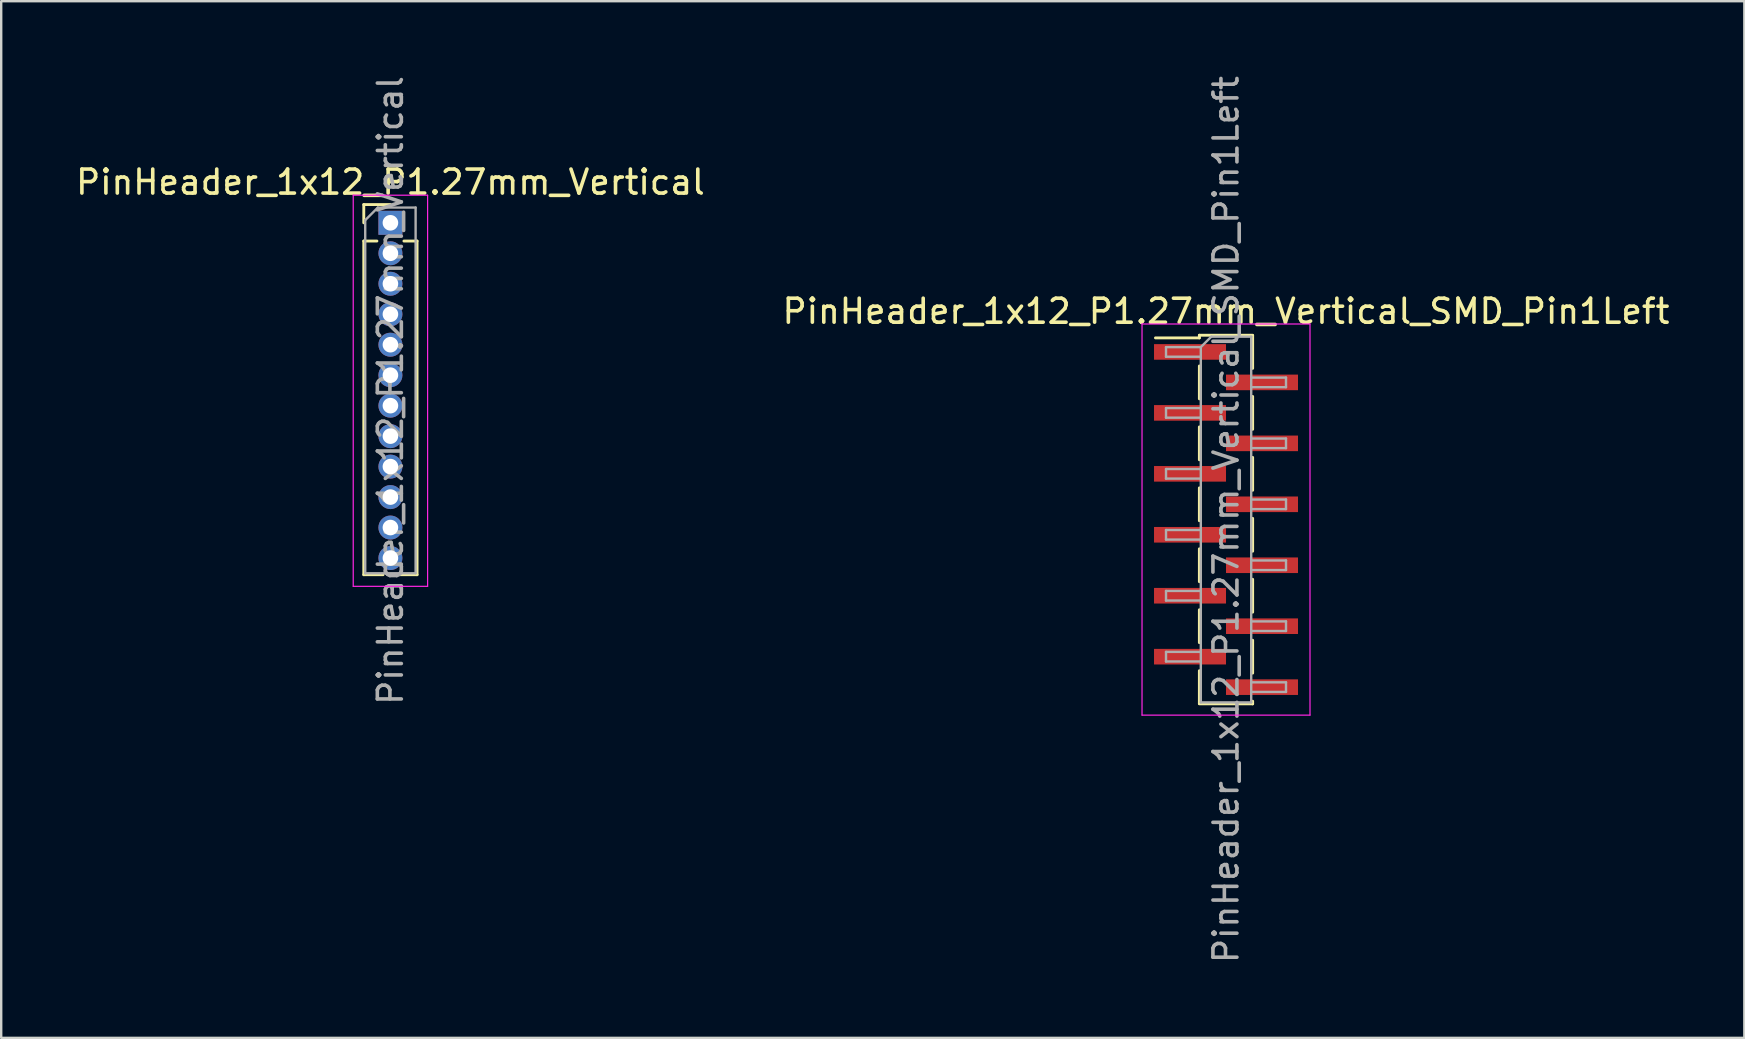
<source format=kicad_pcb>
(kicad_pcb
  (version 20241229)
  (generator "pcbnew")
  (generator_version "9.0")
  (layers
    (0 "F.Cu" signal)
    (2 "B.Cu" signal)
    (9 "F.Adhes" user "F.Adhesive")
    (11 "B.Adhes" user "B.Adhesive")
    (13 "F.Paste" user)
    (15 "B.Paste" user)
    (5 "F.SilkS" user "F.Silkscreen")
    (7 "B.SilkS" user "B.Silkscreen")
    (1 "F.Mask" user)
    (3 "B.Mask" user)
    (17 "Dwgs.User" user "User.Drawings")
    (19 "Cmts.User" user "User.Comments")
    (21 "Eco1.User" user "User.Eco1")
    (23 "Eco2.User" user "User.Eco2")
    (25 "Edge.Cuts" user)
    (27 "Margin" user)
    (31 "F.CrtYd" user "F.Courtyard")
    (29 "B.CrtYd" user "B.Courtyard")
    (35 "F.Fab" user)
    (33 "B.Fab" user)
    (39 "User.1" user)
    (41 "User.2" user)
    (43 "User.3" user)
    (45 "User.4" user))
  (footprint "PinHeader_1x12_P1.27mm_Vertical_SMD_Pin1Left"
    (layer "F.Cu")
    (at 48.042 18.601)
    (property "Reference" "PinHeader_1x12_P1.27mm_Vertical_SMD_Pin1Left" (at 0 -8.68 0) (layer "F.SilkS") (effects (font (size 1 1) (thickness 0.15))))
    (attr smd)
    (fp_line (start -1.11 -7.68) (end -1.11 -7.57) (stroke (width 0.12) (type solid)) (layer "F.SilkS"))
    (fp_line (start -1.11 -7.68) (end 1.11 -7.68) (stroke (width 0.12) (type solid)) (layer "F.SilkS"))
    (fp_line (start -1.11 -7.57) (end -2.94 -7.57) (stroke (width 0.12) (type solid)) (layer "F.SilkS"))
    (fp_line (start -1.11 -6.4) (end -1.11 -5.03) (stroke (width 0.12) (type solid)) (layer "F.SilkS"))
    (fp_line (start -1.11 -3.86) (end -1.11 -2.49) (stroke (width 0.12) (type solid)) (layer "F.SilkS"))
    (fp_line (start -1.11 -1.32) (end -1.11 0.05) (stroke (width 0.12) (type solid)) (layer "F.SilkS"))
    (fp_line (start -1.11 1.22) (end -1.11 2.59) (stroke (width 0.12) (type solid)) (layer "F.SilkS"))
    (fp_line (start -1.11 3.76) (end -1.11 5.13) (stroke (width 0.12) (type solid)) (layer "F.SilkS"))
    (fp_line (start -1.11 6.3) (end -1.11 7.67) (stroke (width 0.12) (type solid)) (layer "F.SilkS"))
    (fp_line (start -1.11 7.68) (end 1.11 7.68) (stroke (width 0.12) (type solid)) (layer "F.SilkS"))
    (fp_line (start 1.11 -7.67) (end 1.11 -6.3) (stroke (width 0.12) (type solid)) (layer "F.SilkS"))
    (fp_line (start 1.11 -5.13) (end 1.11 -3.76) (stroke (width 0.12) (type solid)) (layer "F.SilkS"))
    (fp_line (start 1.11 -2.59) (end 1.11 -1.22) (stroke (width 0.12) (type solid)) (layer "F.SilkS"))
    (fp_line (start 1.11 -0.05) (end 1.11 1.32) (stroke (width 0.12) (type solid)) (layer "F.SilkS"))
    (fp_line (start 1.11 2.49) (end 1.11 3.86) (stroke (width 0.12) (type solid)) (layer "F.SilkS"))
    (fp_line (start 1.11 5.03) (end 1.11 6.4) (stroke (width 0.12) (type solid)) (layer "F.SilkS"))
    (fp_line (start 1.11 7.57) (end 1.11 7.68) (stroke (width 0.12) (type solid)) (layer "F.SilkS"))
    (fp_line (start -3.5 -8.15) (end -3.5 8.15) (stroke (width 0.05) (type solid)) (layer "F.CrtYd"))
    (fp_line (start -3.5 8.15) (end 3.5 8.15) (stroke (width 0.05) (type solid)) (layer "F.CrtYd"))
    (fp_line (start 3.5 -8.15) (end -3.5 -8.15) (stroke (width 0.05) (type solid)) (layer "F.CrtYd"))
    (fp_line (start 3.5 8.15) (end 3.5 -8.15) (stroke (width 0.05) (type solid)) (layer "F.CrtYd"))
    (fp_line (start -2.5 -7.185) (end -2.5 -6.785) (stroke (width 0.1) (type solid)) (layer "F.Fab"))
    (fp_line (start -2.5 -6.785) (end -1.05 -6.785) (stroke (width 0.1) (type solid)) (layer "F.Fab"))
    (fp_line (start -2.5 -4.645) (end -2.5 -4.245) (stroke (width 0.1) (type solid)) (layer "F.Fab"))
    (fp_line (start -2.5 -4.245) (end -1.05 -4.245) (stroke (width 0.1) (type solid)) (layer "F.Fab"))
    (fp_line (start -2.5 -2.105) (end -2.5 -1.705) (stroke (width 0.1) (type solid)) (layer "F.Fab"))
    (fp_line (start -2.5 -1.705) (end -1.05 -1.705) (stroke (width 0.1) (type solid)) (layer "F.Fab"))
    (fp_line (start -2.5 0.435) (end -2.5 0.835) (stroke (width 0.1) (type solid)) (layer "F.Fab"))
    (fp_line (start -2.5 0.835) (end -1.05 0.835) (stroke (width 0.1) (type solid)) (layer "F.Fab"))
    (fp_line (start -2.5 2.975) (end -2.5 3.375) (stroke (width 0.1) (type solid)) (layer "F.Fab"))
    (fp_line (start -2.5 3.375) (end -1.05 3.375) (stroke (width 0.1) (type solid)) (layer "F.Fab"))
    (fp_line (start -2.5 5.515) (end -2.5 5.915) (stroke (width 0.1) (type solid)) (layer "F.Fab"))
    (fp_line (start -2.5 5.915) (end -1.05 5.915) (stroke (width 0.1) (type solid)) (layer "F.Fab"))
    (fp_line (start -1.05 -7.185) (end -2.5 -7.185) (stroke (width 0.1) (type solid)) (layer "F.Fab"))
    (fp_line (start -1.05 -7.185) (end -0.615 -7.62) (stroke (width 0.1) (type solid)) (layer "F.Fab"))
    (fp_line (start -1.05 -4.645) (end -2.5 -4.645) (stroke (width 0.1) (type solid)) (layer "F.Fab"))
    (fp_line (start -1.05 -2.105) (end -2.5 -2.105) (stroke (width 0.1) (type solid)) (layer "F.Fab"))
    (fp_line (start -1.05 0.435) (end -2.5 0.435) (stroke (width 0.1) (type solid)) (layer "F.Fab"))
    (fp_line (start -1.05 2.975) (end -2.5 2.975) (stroke (width 0.1) (type solid)) (layer "F.Fab"))
    (fp_line (start -1.05 5.515) (end -2.5 5.515) (stroke (width 0.1) (type solid)) (layer "F.Fab"))
    (fp_line (start -1.05 7.62) (end -1.05 -7.185) (stroke (width 0.1) (type solid)) (layer "F.Fab"))
    (fp_line (start -0.615 -7.62) (end 1.05 -7.62) (stroke (width 0.1) (type solid)) (layer "F.Fab"))
    (fp_line (start 1.05 -7.62) (end 1.05 7.62) (stroke (width 0.1) (type solid)) (layer "F.Fab"))
    (fp_line (start 1.05 -5.915) (end 2.5 -5.915) (stroke (width 0.1) (type solid)) (layer "F.Fab"))
    (fp_line (start 1.05 -3.375) (end 2.5 -3.375) (stroke (width 0.1) (type solid)) (layer "F.Fab"))
    (fp_line (start 1.05 -0.835) (end 2.5 -0.835) (stroke (width 0.1) (type solid)) (layer "F.Fab"))
    (fp_line (start 1.05 1.705) (end 2.5 1.705) (stroke (width 0.1) (type solid)) (layer "F.Fab"))
    (fp_line (start 1.05 4.245) (end 2.5 4.245) (stroke (width 0.1) (type solid)) (layer "F.Fab"))
    (fp_line (start 1.05 6.785) (end 2.5 6.785) (stroke (width 0.1) (type solid)) (layer "F.Fab"))
    (fp_line (start 1.05 7.62) (end -1.05 7.62) (stroke (width 0.1) (type solid)) (layer "F.Fab"))
    (fp_line (start 2.5 -5.915) (end 2.5 -5.515) (stroke (width 0.1) (type solid)) (layer "F.Fab"))
    (fp_line (start 2.5 -5.515) (end 1.05 -5.515) (stroke (width 0.1) (type solid)) (layer "F.Fab"))
    (fp_line (start 2.5 -3.375) (end 2.5 -2.975) (stroke (width 0.1) (type solid)) (layer "F.Fab"))
    (fp_line (start 2.5 -2.975) (end 1.05 -2.975) (stroke (width 0.1) (type solid)) (layer "F.Fab"))
    (fp_line (start 2.5 -0.835) (end 2.5 -0.435) (stroke (width 0.1) (type solid)) (layer "F.Fab"))
    (fp_line (start 2.5 -0.435) (end 1.05 -0.435) (stroke (width 0.1) (type solid)) (layer "F.Fab"))
    (fp_line (start 2.5 1.705) (end 2.5 2.105) (stroke (width 0.1) (type solid)) (layer "F.Fab"))
    (fp_line (start 2.5 2.105) (end 1.05 2.105) (stroke (width 0.1) (type solid)) (layer "F.Fab"))
    (fp_line (start 2.5 4.245) (end 2.5 4.645) (stroke (width 0.1) (type solid)) (layer "F.Fab"))
    (fp_line (start 2.5 4.645) (end 1.05 4.645) (stroke (width 0.1) (type solid)) (layer "F.Fab"))
    (fp_line (start 2.5 6.785) (end 2.5 7.185) (stroke (width 0.1) (type solid)) (layer "F.Fab"))
    (fp_line (start 2.5 7.185) (end 1.05 7.185) (stroke (width 0.1) (type solid)) (layer "F.Fab"))
    (fp_text user "${REFERENCE}" (at 0 0 90) (layer "F.Fab") (effects (font (size 1 1) (thickness 0.15))))
    (pad "1" smd rect (at -1.5 -6.985) (size 3 0.65) (layers "F.Cu" "F.Mask" "F.Paste"))
    (pad "2" smd rect (at 1.5 -5.715) (size 3 0.65) (layers "F.Cu" "F.Mask" "F.Paste"))
    (pad "3" smd rect (at -1.5 -4.445) (size 3 0.65) (layers "F.Cu" "F.Mask" "F.Paste"))
    (pad "4" smd rect (at 1.5 -3.175) (size 3 0.65) (layers "F.Cu" "F.Mask" "F.Paste"))
    (pad "5" smd rect (at -1.5 -1.905) (size 3 0.65) (layers "F.Cu" "F.Mask" "F.Paste"))
    (pad "6" smd rect (at 1.5 -0.635) (size 3 0.65) (layers "F.Cu" "F.Mask" "F.Paste"))
    (pad "7" smd rect (at -1.5 0.635) (size 3 0.65) (layers "F.Cu" "F.Mask" "F.Paste"))
    (pad "8" smd rect (at 1.5 1.905) (size 3 0.65) (layers "F.Cu" "F.Mask" "F.Paste"))
    (pad "9" smd rect (at -1.5 3.175) (size 3 0.65) (layers "F.Cu" "F.Mask" "F.Paste"))
    (pad "10" smd rect (at 1.5 4.445) (size 3 0.65) (layers "F.Cu" "F.Mask" "F.Paste"))
    (pad "11" smd rect (at -1.5 5.715) (size 3 0.65) (layers "F.Cu" "F.Mask" "F.Paste"))
    (pad "12" smd rect (at 1.5 6.985) (size 3 0.65) (layers "F.Cu" "F.Mask" "F.Paste")))
  (footprint "PinHeader_1x12_P1.27mm_Vertical"
    (layer "F.Cu")
    (at 13.22 6.235)
    (property "Reference" "PinHeader_1x12_P1.27mm_Vertical" (at 0 -1.695 0) (layer "F.SilkS") (effects (font (size 1 1) (thickness 0.15))))
    (attr through_hole)
    (fp_line (start -1.11 -0.76) (end 0 -0.76) (stroke (width 0.12) (type solid)) (layer "F.SilkS"))
    (fp_line (start -1.11 0) (end -1.11 -0.76) (stroke (width 0.12) (type solid)) (layer "F.SilkS"))
    (fp_line (start -1.11 0.76) (end -1.11 14.665) (stroke (width 0.12) (type solid)) (layer "F.SilkS"))
    (fp_line (start -1.11 0.76) (end -0.563 0.76) (stroke (width 0.12) (type solid)) (layer "F.SilkS"))
    (fp_line (start -1.11 14.665) (end -0.308 14.665) (stroke (width 0.12) (type solid)) (layer "F.SilkS"))
    (fp_line (start 0.308 14.665) (end 1.11 14.665) (stroke (width 0.12) (type solid)) (layer "F.SilkS"))
    (fp_line (start 0.563 0.76) (end 1.11 0.76) (stroke (width 0.12) (type solid)) (layer "F.SilkS"))
    (fp_line (start 1.11 0.76) (end 1.11 14.665) (stroke (width 0.12) (type solid)) (layer "F.SilkS"))
    (fp_line (start -1.55 -1.15) (end -1.55 15.15) (stroke (width 0.05) (type solid)) (layer "F.CrtYd"))
    (fp_line (start -1.55 15.15) (end 1.55 15.15) (stroke (width 0.05) (type solid)) (layer "F.CrtYd"))
    (fp_line (start 1.55 -1.15) (end -1.55 -1.15) (stroke (width 0.05) (type solid)) (layer "F.CrtYd"))
    (fp_line (start 1.55 15.15) (end 1.55 -1.15) (stroke (width 0.05) (type solid)) (layer "F.CrtYd"))
    (fp_line (start -1.05 -0.11) (end -0.525 -0.635) (stroke (width 0.1) (type solid)) (layer "F.Fab"))
    (fp_line (start -1.05 14.605) (end -1.05 -0.11) (stroke (width 0.1) (type solid)) (layer "F.Fab"))
    (fp_line (start -0.525 -0.635) (end 1.05 -0.635) (stroke (width 0.1) (type solid)) (layer "F.Fab"))
    (fp_line (start 1.05 -0.635) (end 1.05 14.605) (stroke (width 0.1) (type solid)) (layer "F.Fab"))
    (fp_line (start 1.05 14.605) (end -1.05 14.605) (stroke (width 0.1) (type solid)) (layer "F.Fab"))
    (fp_text user "${REFERENCE}" (at 0 6.985 90) (layer "F.Fab") (effects (font (size 1 1) (thickness 0.15))))
    (pad "1" thru_hole rect (at 0 0) (size 1 1) (drill 0.65) (layers "*.Cu" "*.Mask"))
    (pad "2" thru_hole oval (at 0 1.27) (size 1 1) (drill 0.65) (layers "*.Cu" "*.Mask"))
    (pad "3" thru_hole oval (at 0 2.54) (size 1 1) (drill 0.65) (layers "*.Cu" "*.Mask"))
    (pad "4" thru_hole oval (at 0 3.81) (size 1 1) (drill 0.65) (layers "*.Cu" "*.Mask"))
    (pad "5" thru_hole oval (at 0 5.08) (size 1 1) (drill 0.65) (layers "*.Cu" "*.Mask"))
    (pad "6" thru_hole oval (at 0 6.35) (size 1 1) (drill 0.65) (layers "*.Cu" "*.Mask"))
    (pad "7" thru_hole oval (at 0 7.62) (size 1 1) (drill 0.65) (layers "*.Cu" "*.Mask"))
    (pad "8" thru_hole oval (at 0 8.89) (size 1 1) (drill 0.65) (layers "*.Cu" "*.Mask"))
    (pad "9" thru_hole oval (at 0 10.16) (size 1 1) (drill 0.65) (layers "*.Cu" "*.Mask"))
    (pad "10" thru_hole oval (at 0 11.43) (size 1 1) (drill 0.65) (layers "*.Cu" "*.Mask"))
    (pad "11" thru_hole oval (at 0 12.7) (size 1 1) (drill 0.65) (layers "*.Cu" "*.Mask"))
    (pad "12" thru_hole oval (at 0 13.97) (size 1 1) (drill 0.65) (layers "*.Cu" "*.Mask")))
  (gr_rect
    (start -3 -3)
    (end 69.643 40.202)
    (stroke (width 0.1) (type default))
    (fill no)
    (layer "Edge.Cuts")))
</source>
